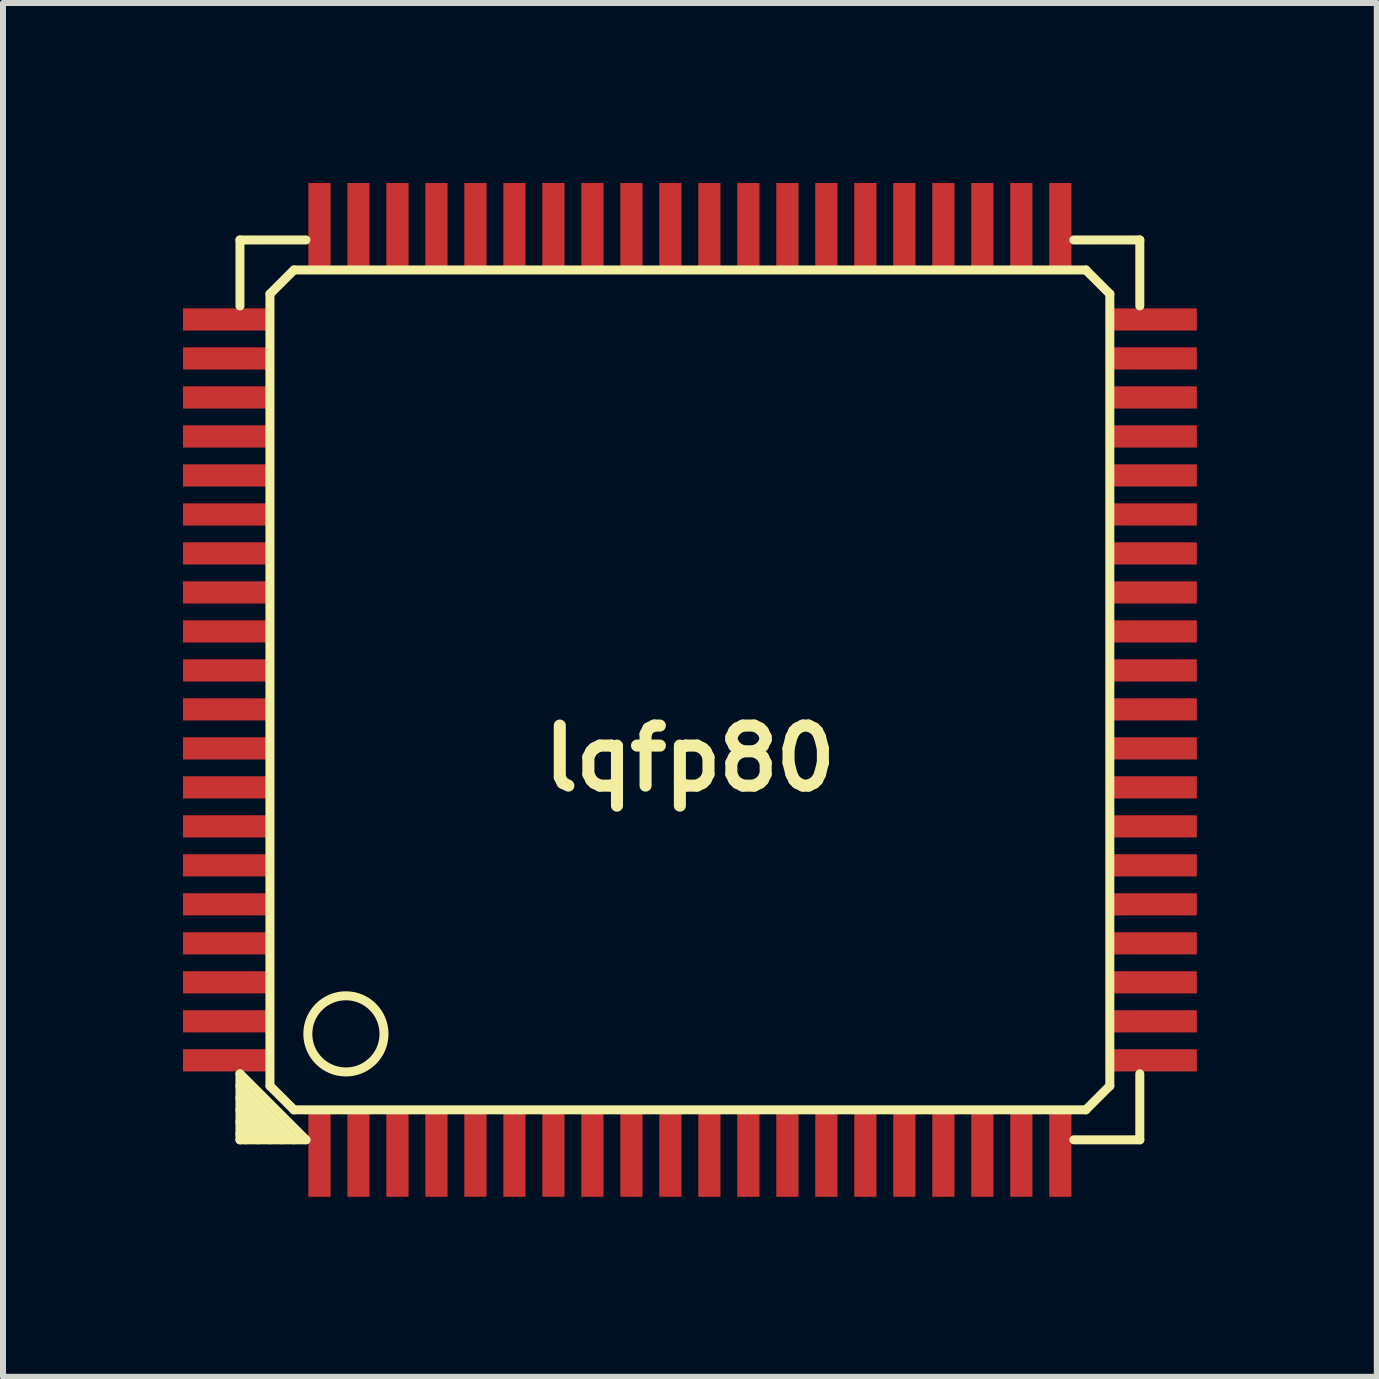
<source format=kicad_pcb>
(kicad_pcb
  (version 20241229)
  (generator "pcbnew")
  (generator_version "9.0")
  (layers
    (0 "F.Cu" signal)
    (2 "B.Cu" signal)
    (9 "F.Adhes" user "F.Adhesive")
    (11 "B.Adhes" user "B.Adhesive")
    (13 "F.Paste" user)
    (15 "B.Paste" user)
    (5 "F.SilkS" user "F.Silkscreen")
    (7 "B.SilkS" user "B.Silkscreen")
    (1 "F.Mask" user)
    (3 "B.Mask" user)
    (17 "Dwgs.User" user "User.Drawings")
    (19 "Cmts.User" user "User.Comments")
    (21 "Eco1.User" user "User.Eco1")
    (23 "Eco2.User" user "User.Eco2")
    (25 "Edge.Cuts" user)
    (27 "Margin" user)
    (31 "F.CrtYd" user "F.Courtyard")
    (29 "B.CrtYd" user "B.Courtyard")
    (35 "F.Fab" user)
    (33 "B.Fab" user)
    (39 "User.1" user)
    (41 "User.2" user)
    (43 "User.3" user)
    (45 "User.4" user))
  (footprint "lqfp80"
    (layer "F.Cu")
    (at 8.45 8.45)
    (property "Reference" "lqfp80" (at 0 1.143 0) (layer "F.SilkS") (effects (font (size 1.001 1.001) (thickness 0.201))))
    (attr smd)
    (fp_line (start -7.5 -7.5) (end -6.4 -7.5) (stroke (width 0.15) (type solid)) (layer "F.SilkS"))
    (fp_line (start -7.5 -6.4) (end -7.5 -7.5) (stroke (width 0.15) (type solid)) (layer "F.SilkS"))
    (fp_line (start -7.5 6.4) (end -7.5 7.5) (stroke (width 0.15) (type solid)) (layer "F.SilkS"))
    (fp_line (start -7.5 6.601) (end -6.601 7.5) (stroke (width 0.15) (type solid)) (layer "F.SilkS"))
    (fp_line (start -7.5 6.999) (end -6.999 7.5) (stroke (width 0.15) (type solid)) (layer "F.SilkS"))
    (fp_line (start -7.5 7.401) (end -7.401 7.5) (stroke (width 0.15) (type solid)) (layer "F.SilkS"))
    (fp_line (start -7.5 7.5) (end -6.4 7.5) (stroke (width 0.15) (type solid)) (layer "F.SilkS"))
    (fp_line (start -7.2 7.5) (end -7.5 7.2) (stroke (width 0.15) (type solid)) (layer "F.SilkS"))
    (fp_line (start -7 -6.6) (end -7 6.6) (stroke (width 0.15) (type solid)) (layer "F.SilkS"))
    (fp_line (start -7 6.6) (end -6.6 7) (stroke (width 0.15) (type solid)) (layer "F.SilkS"))
    (fp_line (start -6.801 7.5) (end -7.5 6.801) (stroke (width 0.15) (type solid)) (layer "F.SilkS"))
    (fp_line (start -6.6 -7) (end -7 -6.6) (stroke (width 0.15) (type solid)) (layer "F.SilkS"))
    (fp_line (start -6.6 7) (end 6.6 7) (stroke (width 0.15) (type solid)) (layer "F.SilkS"))
    (fp_line (start -6.4 7.5) (end -7.5 6.4) (stroke (width 0.15) (type solid)) (layer "F.SilkS"))
    (fp_line (start 6.4 7.5) (end 7.5 7.5) (stroke (width 0.15) (type solid)) (layer "F.SilkS"))
    (fp_line (start 6.6 -7) (end -6.6 -7) (stroke (width 0.15) (type solid)) (layer "F.SilkS"))
    (fp_line (start 6.6 7) (end 7 6.6) (stroke (width 0.15) (type solid)) (layer "F.SilkS"))
    (fp_line (start 7 -6.6) (end 6.6 -7) (stroke (width 0.15) (type solid)) (layer "F.SilkS"))
    (fp_line (start 7 6.6) (end 7 -6.6) (stroke (width 0.15) (type solid)) (layer "F.SilkS"))
    (fp_line (start 7.5 -7.5) (end 6.4 -7.5) (stroke (width 0.15) (type solid)) (layer "F.SilkS"))
    (fp_line (start 7.5 -7.5) (end 7.5 -6.4) (stroke (width 0.15) (type solid)) (layer "F.SilkS"))
    (fp_line (start 7.5 7.5) (end 7.5 6.4) (stroke (width 0.15) (type solid)) (layer "F.SilkS"))
    (fp_circle (center -5.734 5.734) (end -6.115 6.242) (stroke (width 0.15) (type solid)) (fill no) (layer "F.SilkS"))
    (pad "1" smd rect (at -6.175 7.7) (size 0.37 1.5) (layers "F.Cu" "F.Mask" "F.Paste"))
    (pad "2" smd rect (at -5.525 7.7) (size 0.37 1.5) (layers "F.Cu" "F.Mask" "F.Paste"))
    (pad "3" smd rect (at -4.875 7.7) (size 0.37 1.5) (layers "F.Cu" "F.Mask" "F.Paste"))
    (pad "4" smd rect (at -4.225 7.7) (size 0.37 1.5) (layers "F.Cu" "F.Mask" "F.Paste"))
    (pad "5" smd rect (at -3.575 7.7) (size 0.37 1.5) (layers "F.Cu" "F.Mask" "F.Paste"))
    (pad "6" smd rect (at -2.925 7.7) (size 0.37 1.5) (layers "F.Cu" "F.Mask" "F.Paste"))
    (pad "7" smd rect (at -2.275 7.7) (size 0.37 1.5) (layers "F.Cu" "F.Mask" "F.Paste"))
    (pad "8" smd rect (at -1.625 7.7) (size 0.37 1.5) (layers "F.Cu" "F.Mask" "F.Paste"))
    (pad "9" smd rect (at -0.975 7.7) (size 0.37 1.5) (layers "F.Cu" "F.Mask" "F.Paste"))
    (pad "10" smd rect (at -0.325 7.7) (size 0.37 1.5) (layers "F.Cu" "F.Mask" "F.Paste"))
    (pad "11" smd rect (at 0.325 7.7) (size 0.37 1.5) (layers "F.Cu" "F.Mask" "F.Paste"))
    (pad "12" smd rect (at 0.975 7.7) (size 0.37 1.5) (layers "F.Cu" "F.Mask" "F.Paste"))
    (pad "13" smd rect (at 1.625 7.7) (size 0.37 1.5) (layers "F.Cu" "F.Mask" "F.Paste"))
    (pad "14" smd rect (at 2.275 7.7) (size 0.37 1.5) (layers "F.Cu" "F.Mask" "F.Paste"))
    (pad "15" smd rect (at 2.925 7.7) (size 0.37 1.5) (layers "F.Cu" "F.Mask" "F.Paste"))
    (pad "16" smd rect (at 3.575 7.7) (size 0.37 1.5) (layers "F.Cu" "F.Mask" "F.Paste"))
    (pad "17" smd rect (at 4.225 7.7) (size 0.37 1.5) (layers "F.Cu" "F.Mask" "F.Paste"))
    (pad "18" smd rect (at 4.875 7.7) (size 0.37 1.5) (layers "F.Cu" "F.Mask" "F.Paste"))
    (pad "19" smd rect (at 5.525 7.7) (size 0.37 1.5) (layers "F.Cu" "F.Mask" "F.Paste"))
    (pad "20" smd rect (at 6.175 7.7) (size 0.37 1.5) (layers "F.Cu" "F.Mask" "F.Paste"))
    (pad "21" smd rect (at 7.7 6.175) (size 1.5 0.37) (layers "F.Cu" "F.Mask" "F.Paste"))
    (pad "22" smd rect (at 7.7 5.525) (size 1.5 0.37) (layers "F.Cu" "F.Mask" "F.Paste"))
    (pad "23" smd rect (at 7.7 4.875) (size 1.5 0.37) (layers "F.Cu" "F.Mask" "F.Paste"))
    (pad "24" smd rect (at 7.7 4.225) (size 1.5 0.37) (layers "F.Cu" "F.Mask" "F.Paste"))
    (pad "25" smd rect (at 7.7 3.575) (size 1.5 0.37) (layers "F.Cu" "F.Mask" "F.Paste"))
    (pad "26" smd rect (at 7.7 2.925) (size 1.5 0.37) (layers "F.Cu" "F.Mask" "F.Paste"))
    (pad "27" smd rect (at 7.7 2.275) (size 1.5 0.37) (layers "F.Cu" "F.Mask" "F.Paste"))
    (pad "28" smd rect (at 7.7 1.625) (size 1.5 0.37) (layers "F.Cu" "F.Mask" "F.Paste"))
    (pad "29" smd rect (at 7.7 0.975) (size 1.5 0.37) (layers "F.Cu" "F.Mask" "F.Paste"))
    (pad "30" smd rect (at 7.7 0.325) (size 1.5 0.37) (layers "F.Cu" "F.Mask" "F.Paste"))
    (pad "31" smd rect (at 7.7 -0.325) (size 1.5 0.37) (layers "F.Cu" "F.Mask" "F.Paste"))
    (pad "32" smd rect (at 7.7 -0.975) (size 1.5 0.37) (layers "F.Cu" "F.Mask" "F.Paste"))
    (pad "33" smd rect (at 7.7 -1.625) (size 1.5 0.37) (layers "F.Cu" "F.Mask" "F.Paste"))
    (pad "34" smd rect (at 7.7 -2.275) (size 1.5 0.37) (layers "F.Cu" "F.Mask" "F.Paste"))
    (pad "35" smd rect (at 7.7 -2.925) (size 1.5 0.37) (layers "F.Cu" "F.Mask" "F.Paste"))
    (pad "36" smd rect (at 7.7 -3.575) (size 1.5 0.37) (layers "F.Cu" "F.Mask" "F.Paste"))
    (pad "37" smd rect (at 7.7 -4.225) (size 1.5 0.37) (layers "F.Cu" "F.Mask" "F.Paste"))
    (pad "38" smd rect (at 7.7 -4.875) (size 1.5 0.37) (layers "F.Cu" "F.Mask" "F.Paste"))
    (pad "39" smd rect (at 7.7 -5.525) (size 1.5 0.37) (layers "F.Cu" "F.Mask" "F.Paste"))
    (pad "40" smd rect (at 7.7 -6.175) (size 1.5 0.37) (layers "F.Cu" "F.Mask" "F.Paste"))
    (pad "41" smd rect (at 6.175 -7.7) (size 0.37 1.5) (layers "F.Cu" "F.Mask" "F.Paste"))
    (pad "42" smd rect (at 5.525 -7.7) (size 0.37 1.5) (layers "F.Cu" "F.Mask" "F.Paste"))
    (pad "43" smd rect (at 4.875 -7.7) (size 0.37 1.5) (layers "F.Cu" "F.Mask" "F.Paste"))
    (pad "44" smd rect (at 4.225 -7.7) (size 0.37 1.5) (layers "F.Cu" "F.Mask" "F.Paste"))
    (pad "45" smd rect (at 3.575 -7.7) (size 0.37 1.5) (layers "F.Cu" "F.Mask" "F.Paste"))
    (pad "46" smd rect (at 2.925 -7.7) (size 0.37 1.5) (layers "F.Cu" "F.Mask" "F.Paste"))
    (pad "47" smd rect (at 2.275 -7.7) (size 0.37 1.5) (layers "F.Cu" "F.Mask" "F.Paste"))
    (pad "48" smd rect (at 1.625 -7.7) (size 0.37 1.5) (layers "F.Cu" "F.Mask" "F.Paste"))
    (pad "49" smd rect (at 0.975 -7.7) (size 0.37 1.5) (layers "F.Cu" "F.Mask" "F.Paste"))
    (pad "50" smd rect (at 0.325 -7.7) (size 0.37 1.5) (layers "F.Cu" "F.Mask" "F.Paste"))
    (pad "51" smd rect (at -0.325 -7.7) (size 0.37 1.5) (layers "F.Cu" "F.Mask" "F.Paste"))
    (pad "52" smd rect (at -0.975 -7.7) (size 0.37 1.5) (layers "F.Cu" "F.Mask" "F.Paste"))
    (pad "53" smd rect (at -1.625 -7.7) (size 0.37 1.5) (layers "F.Cu" "F.Mask" "F.Paste"))
    (pad "54" smd rect (at -2.275 -7.7) (size 0.37 1.5) (layers "F.Cu" "F.Mask" "F.Paste"))
    (pad "55" smd rect (at -2.925 -7.7) (size 0.37 1.5) (layers "F.Cu" "F.Mask" "F.Paste"))
    (pad "56" smd rect (at -3.575 -7.7) (size 0.37 1.5) (layers "F.Cu" "F.Mask" "F.Paste"))
    (pad "57" smd rect (at -4.225 -7.7) (size 0.37 1.5) (layers "F.Cu" "F.Mask" "F.Paste"))
    (pad "58" smd rect (at -4.875 -7.7) (size 0.37 1.5) (layers "F.Cu" "F.Mask" "F.Paste"))
    (pad "59" smd rect (at -5.525 -7.7) (size 0.37 1.5) (layers "F.Cu" "F.Mask" "F.Paste"))
    (pad "60" smd rect (at -6.175 -7.7) (size 0.37 1.5) (layers "F.Cu" "F.Mask" "F.Paste"))
    (pad "61" smd rect (at -7.7 -6.175) (size 1.5 0.37) (layers "F.Cu" "F.Mask" "F.Paste"))
    (pad "62" smd rect (at -7.7 -5.525) (size 1.5 0.37) (layers "F.Cu" "F.Mask" "F.Paste"))
    (pad "63" smd rect (at -7.7 -4.875) (size 1.5 0.37) (layers "F.Cu" "F.Mask" "F.Paste"))
    (pad "64" smd rect (at -7.7 -4.225) (size 1.5 0.37) (layers "F.Cu" "F.Mask" "F.Paste"))
    (pad "65" smd rect (at -7.7 -3.575) (size 1.5 0.37) (layers "F.Cu" "F.Mask" "F.Paste"))
    (pad "66" smd rect (at -7.7 -2.925) (size 1.5 0.37) (layers "F.Cu" "F.Mask" "F.Paste"))
    (pad "67" smd rect (at -7.7 -2.275) (size 1.5 0.37) (layers "F.Cu" "F.Mask" "F.Paste"))
    (pad "68" smd rect (at -7.7 -1.625) (size 1.5 0.37) (layers "F.Cu" "F.Mask" "F.Paste"))
    (pad "69" smd rect (at -7.7 -0.975) (size 1.5 0.37) (layers "F.Cu" "F.Mask" "F.Paste"))
    (pad "70" smd rect (at -7.7 -0.325) (size 1.5 0.37) (layers "F.Cu" "F.Mask" "F.Paste"))
    (pad "71" smd rect (at -7.7 0.325) (size 1.5 0.37) (layers "F.Cu" "F.Mask" "F.Paste"))
    (pad "72" smd rect (at -7.7 0.975) (size 1.5 0.37) (layers "F.Cu" "F.Mask" "F.Paste"))
    (pad "73" smd rect (at -7.7 1.625) (size 1.5 0.37) (layers "F.Cu" "F.Mask" "F.Paste"))
    (pad "74" smd rect (at -7.7 2.275) (size 1.5 0.37) (layers "F.Cu" "F.Mask" "F.Paste"))
    (pad "75" smd rect (at -7.7 2.925) (size 1.5 0.37) (layers "F.Cu" "F.Mask" "F.Paste"))
    (pad "76" smd rect (at -7.7 3.575) (size 1.5 0.37) (layers "F.Cu" "F.Mask" "F.Paste"))
    (pad "77" smd rect (at -7.7 4.225) (size 1.5 0.37) (layers "F.Cu" "F.Mask" "F.Paste"))
    (pad "78" smd rect (at -7.7 4.875) (size 1.5 0.37) (layers "F.Cu" "F.Mask" "F.Paste"))
    (pad "79" smd rect (at -7.7 5.525) (size 1.5 0.37) (layers "F.Cu" "F.Mask" "F.Paste"))
    (pad "80" smd rect (at -7.7 6.175) (size 1.5 0.37) (layers "F.Cu" "F.Mask" "F.Paste")))
  (gr_rect
    (start -3 -3)
    (end 19.9 19.9)
    (stroke (width 0.1) (type default))
    (fill no)
    (layer "Edge.Cuts")))
</source>
